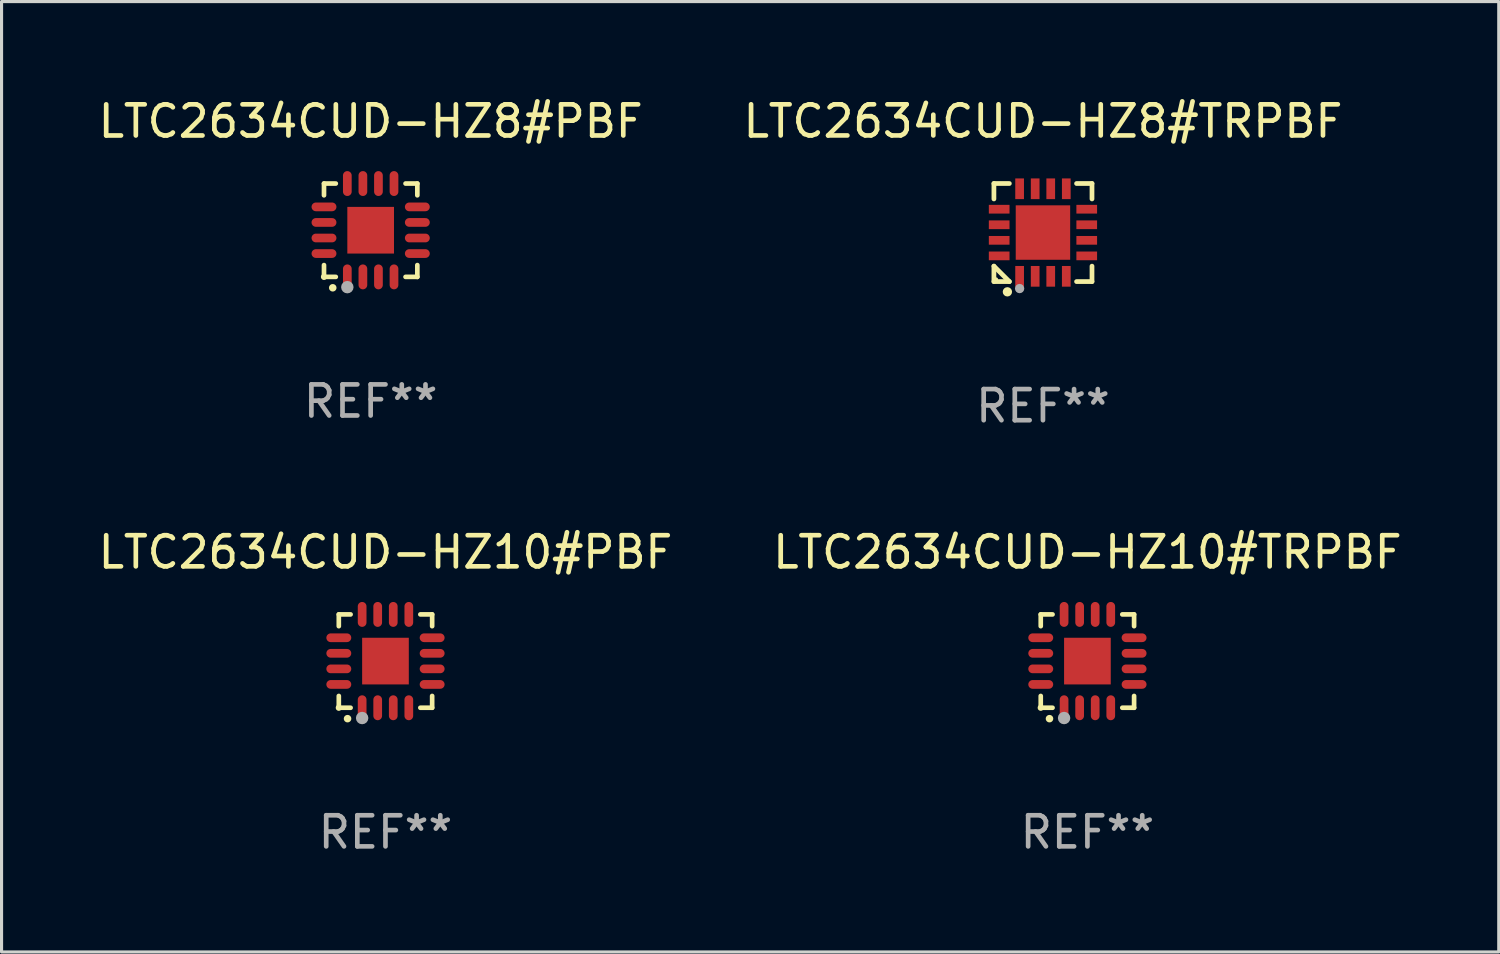
<source format=kicad_pcb>
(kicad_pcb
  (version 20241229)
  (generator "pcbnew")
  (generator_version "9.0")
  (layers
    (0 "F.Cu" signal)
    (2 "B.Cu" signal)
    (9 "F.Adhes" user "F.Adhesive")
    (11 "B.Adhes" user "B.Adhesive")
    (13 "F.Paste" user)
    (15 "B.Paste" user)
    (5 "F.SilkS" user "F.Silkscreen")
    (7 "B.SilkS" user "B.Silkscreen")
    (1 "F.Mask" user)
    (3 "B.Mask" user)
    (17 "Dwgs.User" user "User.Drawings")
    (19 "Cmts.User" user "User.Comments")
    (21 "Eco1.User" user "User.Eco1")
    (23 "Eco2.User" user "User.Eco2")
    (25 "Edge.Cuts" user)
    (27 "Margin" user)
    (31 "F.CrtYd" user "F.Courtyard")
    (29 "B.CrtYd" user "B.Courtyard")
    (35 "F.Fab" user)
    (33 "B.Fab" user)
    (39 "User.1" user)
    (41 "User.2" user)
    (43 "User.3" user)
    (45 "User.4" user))
  (footprint "LTC2634CUD-HZ10#PBF"
    (layer "F.Cu")
    (at 9.339 18.197)
    (property "Reference" "LTC2634CUD-HZ10#PBF" (at 0 -3.5 0) (layer "F.SilkS") (effects (font (size 1 1) (thickness 0.15))))
    (attr through_hole)
    (fp_line (start -1.5 -1.5) (end -1.121 -1.5) (stroke (width 0.15) (type solid)) (layer "F.SilkS"))
    (fp_line (start -1.5 -1.122) (end -1.5 -1.5) (stroke (width 0.15) (type solid)) (layer "F.SilkS"))
    (fp_line (start -1.5 1.5) (end -1.5 1.121) (stroke (width 0.15) (type solid)) (layer "F.SilkS"))
    (fp_line (start -1.121 1.5) (end -1.5 1.5) (stroke (width 0.15) (type solid)) (layer "F.SilkS"))
    (fp_line (start 1.121 -1.5) (end 1.5 -1.5) (stroke (width 0.15) (type solid)) (layer "F.SilkS"))
    (fp_line (start 1.5 -1.5) (end 1.5 -1.122) (stroke (width 0.15) (type solid)) (layer "F.SilkS"))
    (fp_line (start 1.5 1.121) (end 1.5 1.5) (stroke (width 0.15) (type solid)) (layer "F.SilkS"))
    (fp_line (start 1.5 1.5) (end 1.121 1.5) (stroke (width 0.15) (type solid)) (layer "F.SilkS"))
    (fp_arc (start -1.219926 1.850254) (mid -1.21891 1.85025) (end -1.217894 1.850254) (stroke (width 0.240005) (type solid)) (layer "F.SilkS"))
    (fp_circle (center -1.5 1.5) (end -1.45 1.5) (stroke (width 0.1) (type solid)) (fill no) (layer "F.SilkS"))
    (fp_circle (center -0.75 1.83) (end -0.65 1.83) (stroke (width 0.2) (type solid)) (fill no) (layer "F.Fab"))
    (fp_text user "REF**" (at 0 5.5 0) (layer "F.Fab") (effects (font (size 1 1) (thickness 0.15))))
    (pad "1" smd oval (at -0.75 1.5) (size 0.28 0.8) (layers "F.Cu" "F.Mask" "F.Paste"))
    (pad "2" smd oval (at -0.25 1.5) (size 0.28 0.8) (layers "F.Cu" "F.Mask" "F.Paste"))
    (pad "3" smd oval (at 0.25 1.5) (size 0.28 0.8) (layers "F.Cu" "F.Mask" "F.Paste"))
    (pad "4" smd oval (at 0.75 1.5) (size 0.28 0.8) (layers "F.Cu" "F.Mask" "F.Paste"))
    (pad "5" smd oval (at 1.5 0.75) (size 0.8 0.28) (layers "F.Cu" "F.Mask" "F.Paste"))
    (pad "6" smd oval (at 1.5 0.25) (size 0.8 0.28) (layers "F.Cu" "F.Mask" "F.Paste"))
    (pad "7" smd oval (at 1.5 -0.25) (size 0.8 0.28) (layers "F.Cu" "F.Mask" "F.Paste"))
    (pad "8" smd oval (at 1.5 -0.75) (size 0.8 0.28) (layers "F.Cu" "F.Mask" "F.Paste"))
    (pad "9" smd oval (at 0.75 -1.5) (size 0.28 0.8) (layers "F.Cu" "F.Mask" "F.Paste"))
    (pad "10" smd oval (at 0.25 -1.5) (size 0.28 0.8) (layers "F.Cu" "F.Mask" "F.Paste"))
    (pad "11" smd oval (at -0.25 -1.5) (size 0.28 0.8) (layers "F.Cu" "F.Mask" "F.Paste"))
    (pad "12" smd oval (at -0.75 -1.5) (size 0.28 0.8) (layers "F.Cu" "F.Mask" "F.Paste"))
    (pad "13" smd oval (at -1.5 -0.75) (size 0.8 0.28) (layers "F.Cu" "F.Mask" "F.Paste"))
    (pad "14" smd oval (at -1.5 -0.25) (size 0.8 0.28) (layers "F.Cu" "F.Mask" "F.Paste"))
    (pad "15" smd oval (at -1.5 0.25) (size 0.8 0.28) (layers "F.Cu" "F.Mask" "F.Paste"))
    (pad "16" smd oval (at -1.5 0.75) (size 0.8 0.28) (layers "F.Cu" "F.Mask" "F.Paste"))
    (pad "17" smd rect (at -0.000064 0.000165) (size 1.5 1.5) (layers "F.Cu" "F.Mask" "F.Paste")))
  (footprint "LTC2634CUD-HZ8#PBF"
    (layer "F.Cu")
    (at 8.863 4.349)
    (property "Reference" "LTC2634CUD-HZ8#PBF" (at 0 -3.5 0) (layer "F.SilkS") (effects (font (size 1 1) (thickness 0.15))))
    (attr through_hole)
    (fp_line (start -1.5 -1.5) (end -1.121 -1.5) (stroke (width 0.15) (type solid)) (layer "F.SilkS"))
    (fp_line (start -1.5 -1.122) (end -1.5 -1.5) (stroke (width 0.15) (type solid)) (layer "F.SilkS"))
    (fp_line (start -1.5 1.5) (end -1.5 1.121) (stroke (width 0.15) (type solid)) (layer "F.SilkS"))
    (fp_line (start -1.121 1.5) (end -1.5 1.5) (stroke (width 0.15) (type solid)) (layer "F.SilkS"))
    (fp_line (start 1.121 -1.5) (end 1.5 -1.5) (stroke (width 0.15) (type solid)) (layer "F.SilkS"))
    (fp_line (start 1.5 -1.5) (end 1.5 -1.122) (stroke (width 0.15) (type solid)) (layer "F.SilkS"))
    (fp_line (start 1.5 1.121) (end 1.5 1.5) (stroke (width 0.15) (type solid)) (layer "F.SilkS"))
    (fp_line (start 1.5 1.5) (end 1.121 1.5) (stroke (width 0.15) (type solid)) (layer "F.SilkS"))
    (fp_arc (start -1.219926 1.850254) (mid -1.21891 1.85025) (end -1.217894 1.850254) (stroke (width 0.240005) (type solid)) (layer "F.SilkS"))
    (fp_circle (center -1.5 1.5) (end -1.45 1.5) (stroke (width 0.1) (type solid)) (fill no) (layer "F.SilkS"))
    (fp_circle (center -0.75 1.83) (end -0.65 1.83) (stroke (width 0.2) (type solid)) (fill no) (layer "F.Fab"))
    (fp_text user "REF**" (at 0 5.5 0) (layer "F.Fab") (effects (font (size 1 1) (thickness 0.15))))
    (pad "1" smd oval (at -0.75 1.5) (size 0.28 0.8) (layers "F.Cu" "F.Mask" "F.Paste"))
    (pad "2" smd oval (at -0.25 1.5) (size 0.28 0.8) (layers "F.Cu" "F.Mask" "F.Paste"))
    (pad "3" smd oval (at 0.25 1.5) (size 0.28 0.8) (layers "F.Cu" "F.Mask" "F.Paste"))
    (pad "4" smd oval (at 0.75 1.5) (size 0.28 0.8) (layers "F.Cu" "F.Mask" "F.Paste"))
    (pad "5" smd oval (at 1.5 0.75) (size 0.8 0.28) (layers "F.Cu" "F.Mask" "F.Paste"))
    (pad "6" smd oval (at 1.5 0.25) (size 0.8 0.28) (layers "F.Cu" "F.Mask" "F.Paste"))
    (pad "7" smd oval (at 1.5 -0.25) (size 0.8 0.28) (layers "F.Cu" "F.Mask" "F.Paste"))
    (pad "8" smd oval (at 1.5 -0.75) (size 0.8 0.28) (layers "F.Cu" "F.Mask" "F.Paste"))
    (pad "9" smd oval (at 0.75 -1.5) (size 0.28 0.8) (layers "F.Cu" "F.Mask" "F.Paste"))
    (pad "10" smd oval (at 0.25 -1.5) (size 0.28 0.8) (layers "F.Cu" "F.Mask" "F.Paste"))
    (pad "11" smd oval (at -0.25 -1.5) (size 0.28 0.8) (layers "F.Cu" "F.Mask" "F.Paste"))
    (pad "12" smd oval (at -0.75 -1.5) (size 0.28 0.8) (layers "F.Cu" "F.Mask" "F.Paste"))
    (pad "13" smd oval (at -1.5 -0.75) (size 0.8 0.28) (layers "F.Cu" "F.Mask" "F.Paste"))
    (pad "14" smd oval (at -1.5 -0.25) (size 0.8 0.28) (layers "F.Cu" "F.Mask" "F.Paste"))
    (pad "15" smd oval (at -1.5 0.25) (size 0.8 0.28) (layers "F.Cu" "F.Mask" "F.Paste"))
    (pad "16" smd oval (at -1.5 0.75) (size 0.8 0.28) (layers "F.Cu" "F.Mask" "F.Paste"))
    (pad "17" smd rect (at -0.000064 0.000165) (size 1.5 1.5) (layers "F.Cu" "F.Mask" "F.Paste")))
  (footprint "LTC2634CUD-HZ10#TRPBF"
    (layer "F.Cu")
    (at 31.899 18.197)
    (property "Reference" "LTC2634CUD-HZ10#TRPBF" (at 0 -3.5 0) (layer "F.SilkS") (effects (font (size 1 1) (thickness 0.15))))
    (attr through_hole)
    (fp_line (start -1.5 -1.5) (end -1.121 -1.5) (stroke (width 0.15) (type solid)) (layer "F.SilkS"))
    (fp_line (start -1.5 -1.122) (end -1.5 -1.5) (stroke (width 0.15) (type solid)) (layer "F.SilkS"))
    (fp_line (start -1.5 1.5) (end -1.5 1.121) (stroke (width 0.15) (type solid)) (layer "F.SilkS"))
    (fp_line (start -1.121 1.5) (end -1.5 1.5) (stroke (width 0.15) (type solid)) (layer "F.SilkS"))
    (fp_line (start 1.121 -1.5) (end 1.5 -1.5) (stroke (width 0.15) (type solid)) (layer "F.SilkS"))
    (fp_line (start 1.5 -1.5) (end 1.5 -1.122) (stroke (width 0.15) (type solid)) (layer "F.SilkS"))
    (fp_line (start 1.5 1.121) (end 1.5 1.5) (stroke (width 0.15) (type solid)) (layer "F.SilkS"))
    (fp_line (start 1.5 1.5) (end 1.121 1.5) (stroke (width 0.15) (type solid)) (layer "F.SilkS"))
    (fp_arc (start -1.219926 1.850254) (mid -1.21891 1.85025) (end -1.217894 1.850254) (stroke (width 0.240005) (type solid)) (layer "F.SilkS"))
    (fp_circle (center -1.5 1.5) (end -1.45 1.5) (stroke (width 0.1) (type solid)) (fill no) (layer "F.SilkS"))
    (fp_circle (center -0.75 1.83) (end -0.65 1.83) (stroke (width 0.2) (type solid)) (fill no) (layer "F.Fab"))
    (fp_text user "REF**" (at 0 5.5 0) (layer "F.Fab") (effects (font (size 1 1) (thickness 0.15))))
    (pad "1" smd oval (at -0.75 1.5) (size 0.28 0.8) (layers "F.Cu" "F.Mask" "F.Paste"))
    (pad "2" smd oval (at -0.25 1.5) (size 0.28 0.8) (layers "F.Cu" "F.Mask" "F.Paste"))
    (pad "3" smd oval (at 0.25 1.5) (size 0.28 0.8) (layers "F.Cu" "F.Mask" "F.Paste"))
    (pad "4" smd oval (at 0.75 1.5) (size 0.28 0.8) (layers "F.Cu" "F.Mask" "F.Paste"))
    (pad "5" smd oval (at 1.5 0.75) (size 0.8 0.28) (layers "F.Cu" "F.Mask" "F.Paste"))
    (pad "6" smd oval (at 1.5 0.25) (size 0.8 0.28) (layers "F.Cu" "F.Mask" "F.Paste"))
    (pad "7" smd oval (at 1.5 -0.25) (size 0.8 0.28) (layers "F.Cu" "F.Mask" "F.Paste"))
    (pad "8" smd oval (at 1.5 -0.75) (size 0.8 0.28) (layers "F.Cu" "F.Mask" "F.Paste"))
    (pad "9" smd oval (at 0.75 -1.5) (size 0.28 0.8) (layers "F.Cu" "F.Mask" "F.Paste"))
    (pad "10" smd oval (at 0.25 -1.5) (size 0.28 0.8) (layers "F.Cu" "F.Mask" "F.Paste"))
    (pad "11" smd oval (at -0.25 -1.5) (size 0.28 0.8) (layers "F.Cu" "F.Mask" "F.Paste"))
    (pad "12" smd oval (at -0.75 -1.5) (size 0.28 0.8) (layers "F.Cu" "F.Mask" "F.Paste"))
    (pad "13" smd oval (at -1.5 -0.75) (size 0.8 0.28) (layers "F.Cu" "F.Mask" "F.Paste"))
    (pad "14" smd oval (at -1.5 -0.25) (size 0.8 0.28) (layers "F.Cu" "F.Mask" "F.Paste"))
    (pad "15" smd oval (at -1.5 0.25) (size 0.8 0.28) (layers "F.Cu" "F.Mask" "F.Paste"))
    (pad "16" smd oval (at -1.5 0.75) (size 0.8 0.28) (layers "F.Cu" "F.Mask" "F.Paste"))
    (pad "17" smd rect (at -0.000064 0.000165) (size 1.5 1.5) (layers "F.Cu" "F.Mask" "F.Paste")))
  (footprint "LTC2634CUD-HZ8#TRPBF"
    (layer "F.Cu")
    (at 30.47 4.424)
    (property "Reference" "LTC2634CUD-HZ8#TRPBF" (at 0 -3.576 0) (layer "F.SilkS") (effects (font (size 1 1) (thickness 0.15))))
    (attr through_hole)
    (fp_line (start -1.576 -1.576) (end -1.08 -1.576) (stroke (width 0.152) (type solid)) (layer "F.SilkS"))
    (fp_line (start -1.576 -1.08) (end -1.576 -1.576) (stroke (width 0.152) (type solid)) (layer "F.SilkS"))
    (fp_line (start -1.576 1.08) (end -1.576 1.576) (stroke (width 0.152) (type solid)) (layer "F.SilkS"))
    (fp_line (start -1.576 1.576) (end -1.08 1.576) (stroke (width 0.152) (type solid)) (layer "F.SilkS"))
    (fp_line (start -1.08 1.576) (end -1.576 1.08) (stroke (width 0.152) (type solid)) (layer "F.SilkS"))
    (fp_line (start 1.576 -1.576) (end 1.08 -1.576) (stroke (width 0.152) (type solid)) (layer "F.SilkS"))
    (fp_line (start 1.576 -1.08) (end 1.576 -1.576) (stroke (width 0.152) (type solid)) (layer "F.SilkS"))
    (fp_line (start 1.576 1.08) (end 1.576 1.576) (stroke (width 0.152) (type solid)) (layer "F.SilkS"))
    (fp_line (start 1.576 1.576) (end 1.08 1.576) (stroke (width 0.152) (type solid)) (layer "F.SilkS"))
    (fp_circle (center -1.5 1.5) (end -1.47 1.5) (stroke (width 0.06) (type solid)) (fill no) (layer "F.SilkS"))
    (fp_circle (center -1.143 1.905) (end -1.068 1.905) (stroke (width 0.15) (type solid)) (fill no) (layer "F.SilkS"))
    (fp_circle (center -0.75 1.8) (end -0.675 1.8) (stroke (width 0.15) (type solid)) (fill no) (layer "F.Fab"))
    (fp_text user "REF**" (at 0 5.576 0) (layer "F.Fab") (effects (font (size 1 1) (thickness 0.15))))
    (pad "1" smd rect (at -0.75 1.407) (size 0.28 0.665) (layers "F.Cu" "F.Mask" "F.Paste"))
    (pad "2" smd rect (at -0.25 1.407) (size 0.28 0.665) (layers "F.Cu" "F.Mask" "F.Paste"))
    (pad "3" smd rect (at 0.25 1.407) (size 0.28 0.665) (layers "F.Cu" "F.Mask" "F.Paste"))
    (pad "4" smd rect (at 0.75 1.407) (size 0.28 0.665) (layers "F.Cu" "F.Mask" "F.Paste"))
    (pad "5" smd rect (at 1.407 0.75) (size 0.665 0.28) (layers "F.Cu" "F.Mask" "F.Paste"))
    (pad "6" smd rect (at 1.407 0.25) (size 0.665 0.28) (layers "F.Cu" "F.Mask" "F.Paste"))
    (pad "7" smd rect (at 1.407 -0.25) (size 0.665 0.28) (layers "F.Cu" "F.Mask" "F.Paste"))
    (pad "8" smd rect (at 1.407 -0.75) (size 0.665 0.28) (layers "F.Cu" "F.Mask" "F.Paste"))
    (pad "9" smd rect (at 0.75 -1.407) (size 0.28 0.665) (layers "F.Cu" "F.Mask" "F.Paste"))
    (pad "10" smd rect (at 0.25 -1.407) (size 0.28 0.665) (layers "F.Cu" "F.Mask" "F.Paste"))
    (pad "11" smd rect (at -0.25 -1.407) (size 0.28 0.665) (layers "F.Cu" "F.Mask" "F.Paste"))
    (pad "12" smd rect (at -0.75 -1.407) (size 0.28 0.665) (layers "F.Cu" "F.Mask" "F.Paste"))
    (pad "13" smd rect (at -1.407 -0.75) (size 0.665 0.28) (layers "F.Cu" "F.Mask" "F.Paste"))
    (pad "14" smd rect (at -1.407 -0.25) (size 0.665 0.28) (layers "F.Cu" "F.Mask" "F.Paste"))
    (pad "15" smd rect (at -1.407 0.25) (size 0.665 0.28) (layers "F.Cu" "F.Mask" "F.Paste"))
    (pad "16" smd rect (at -1.407 0.75) (size 0.665 0.28) (layers "F.Cu" "F.Mask" "F.Paste"))
    (pad "17" smd rect (at 0 0) (size 1.75 1.75) (layers "F.Cu" "F.Mask" "F.Paste")))
  (gr_rect
    (start -3 -3)
    (end 45.119 27.546)
    (stroke (width 0.1) (type default))
    (fill no)
    (layer "Edge.Cuts")))
</source>
